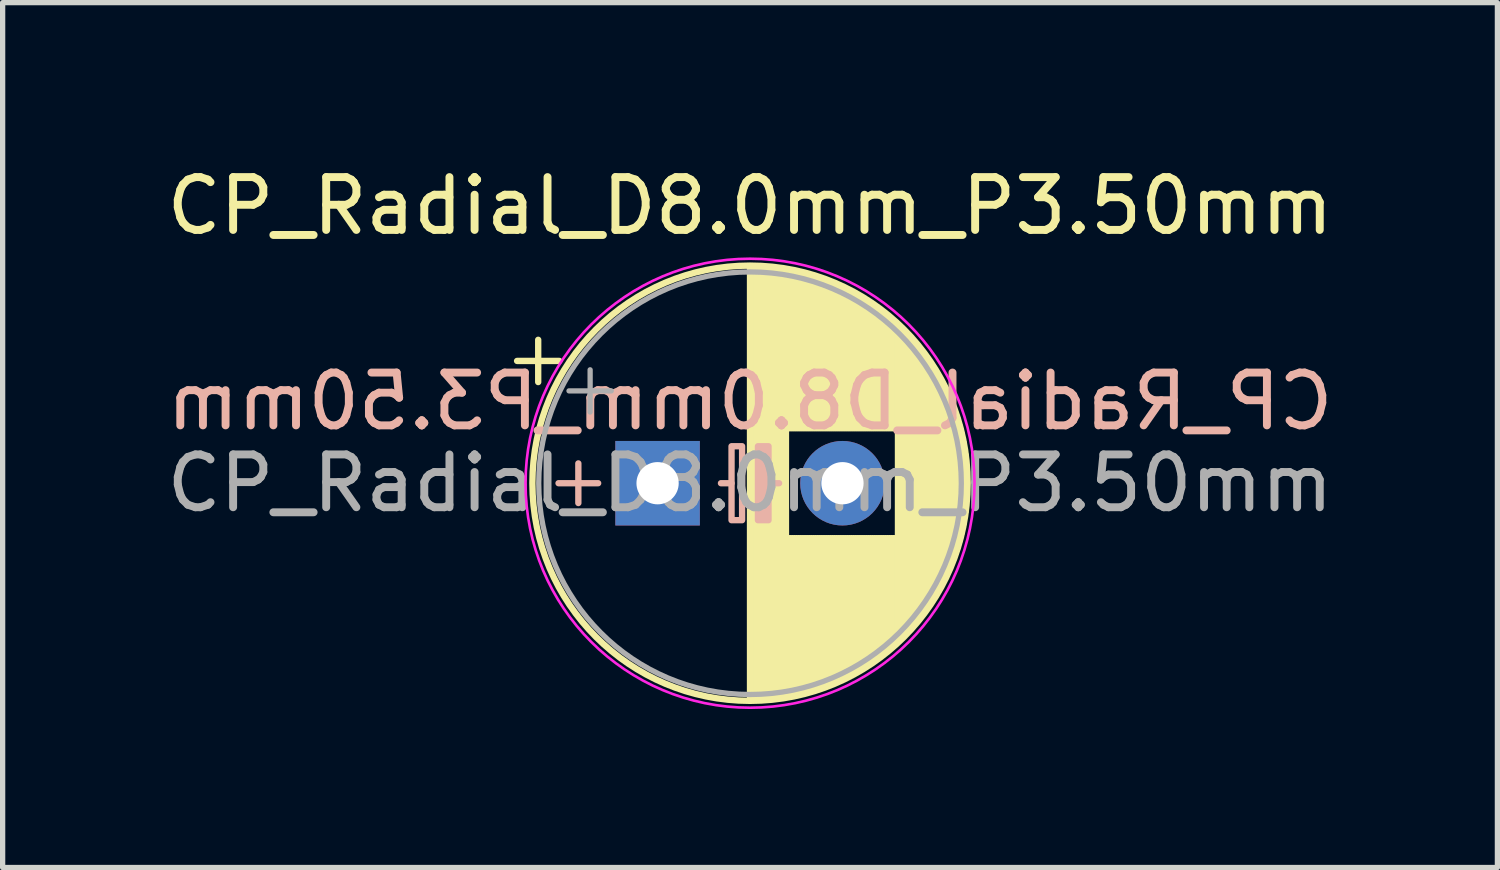
<source format=kicad_pcb>
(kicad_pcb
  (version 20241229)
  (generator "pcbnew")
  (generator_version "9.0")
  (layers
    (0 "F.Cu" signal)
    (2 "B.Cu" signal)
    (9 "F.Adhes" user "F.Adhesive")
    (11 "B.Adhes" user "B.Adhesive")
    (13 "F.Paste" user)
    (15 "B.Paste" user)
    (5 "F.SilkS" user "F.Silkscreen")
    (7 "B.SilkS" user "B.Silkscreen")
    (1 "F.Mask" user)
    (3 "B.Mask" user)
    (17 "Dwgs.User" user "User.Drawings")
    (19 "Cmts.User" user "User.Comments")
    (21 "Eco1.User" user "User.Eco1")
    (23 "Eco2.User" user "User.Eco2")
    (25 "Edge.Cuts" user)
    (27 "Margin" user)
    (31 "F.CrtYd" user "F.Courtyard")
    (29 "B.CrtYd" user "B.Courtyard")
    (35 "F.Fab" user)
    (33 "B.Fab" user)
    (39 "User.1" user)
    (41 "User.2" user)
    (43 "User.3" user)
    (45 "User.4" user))
  (footprint "CP_Radial_D8.0mm_P3.50mm"
    (layer "F.Cu")
    (at 9.399 6.098)
    (property "Reference" "CP_Radial_D8.0mm_P3.50mm" (at 1.75 -5.25 0) (layer "F.SilkS") (effects (font (size 1 1) (thickness 0.15))))
    (fp_line (start -2.66 -2.315) (end -1.86 -2.315) (stroke (width 0.12) (type solid)) (layer "F.SilkS"))
    (fp_line (start -2.26 -2.715) (end -2.26 -1.915) (stroke (width 0.12) (type solid)) (layer "F.SilkS"))
    (fp_line (start 1.75 -4.08) (end 1.75 4.08) (stroke (width 0.12) (type solid)) (layer "F.SilkS"))
    (fp_line (start 1.79 -4.08) (end 1.79 4.08) (stroke (width 0.12) (type solid)) (layer "F.SilkS"))
    (fp_line (start 1.83 -4.08) (end 1.83 4.08) (stroke (width 0.12) (type solid)) (layer "F.SilkS"))
    (fp_line (start 1.87 -4.079) (end 1.87 4.079) (stroke (width 0.12) (type solid)) (layer "F.SilkS"))
    (fp_line (start 1.91 -4.077) (end 1.91 4.077) (stroke (width 0.12) (type solid)) (layer "F.SilkS"))
    (fp_line (start 1.95 -4.076) (end 1.95 4.076) (stroke (width 0.12) (type solid)) (layer "F.SilkS"))
    (fp_line (start 1.99 -4.074) (end 1.99 4.074) (stroke (width 0.12) (type solid)) (layer "F.SilkS"))
    (fp_line (start 2.03 -4.071) (end 2.03 4.071) (stroke (width 0.12) (type solid)) (layer "F.SilkS"))
    (fp_line (start 2.07 -4.068) (end 2.07 4.068) (stroke (width 0.12) (type solid)) (layer "F.SilkS"))
    (fp_line (start 2.11 -4.065) (end 2.11 4.065) (stroke (width 0.12) (type solid)) (layer "F.SilkS"))
    (fp_line (start 2.15 -4.061) (end 2.15 4.061) (stroke (width 0.12) (type solid)) (layer "F.SilkS"))
    (fp_line (start 2.19 -4.057) (end 2.19 4.057) (stroke (width 0.12) (type solid)) (layer "F.SilkS"))
    (fp_line (start 2.23 -4.052) (end 2.23 4.052) (stroke (width 0.12) (type solid)) (layer "F.SilkS"))
    (fp_line (start 2.27 -4.048) (end 2.27 4.048) (stroke (width 0.12) (type solid)) (layer "F.SilkS"))
    (fp_line (start 2.31 -4.042) (end 2.31 4.042) (stroke (width 0.12) (type solid)) (layer "F.SilkS"))
    (fp_line (start 2.35 -4.037) (end 2.35 4.037) (stroke (width 0.12) (type solid)) (layer "F.SilkS"))
    (fp_line (start 2.39 -4.03) (end 2.39 4.03) (stroke (width 0.12) (type solid)) (layer "F.SilkS"))
    (fp_line (start 2.43 -4.024) (end 2.43 4.024) (stroke (width 0.12) (type solid)) (layer "F.SilkS"))
    (fp_line (start 2.471 -4.017) (end 2.471 -1.04) (stroke (width 0.12) (type solid)) (layer "F.SilkS"))
    (fp_line (start 2.471 1.04) (end 2.471 4.017) (stroke (width 0.12) (type solid)) (layer "F.SilkS"))
    (fp_line (start 2.511 -4.01) (end 2.511 -1.04) (stroke (width 0.12) (type solid)) (layer "F.SilkS"))
    (fp_line (start 2.511 1.04) (end 2.511 4.01) (stroke (width 0.12) (type solid)) (layer "F.SilkS"))
    (fp_line (start 2.551 -4.002) (end 2.551 -1.04) (stroke (width 0.12) (type solid)) (layer "F.SilkS"))
    (fp_line (start 2.551 1.04) (end 2.551 4.002) (stroke (width 0.12) (type solid)) (layer "F.SilkS"))
    (fp_line (start 2.591 -3.994) (end 2.591 -1.04) (stroke (width 0.12) (type solid)) (layer "F.SilkS"))
    (fp_line (start 2.591 1.04) (end 2.591 3.994) (stroke (width 0.12) (type solid)) (layer "F.SilkS"))
    (fp_line (start 2.631 -3.985) (end 2.631 -1.04) (stroke (width 0.12) (type solid)) (layer "F.SilkS"))
    (fp_line (start 2.631 1.04) (end 2.631 3.985) (stroke (width 0.12) (type solid)) (layer "F.SilkS"))
    (fp_line (start 2.671 -3.976) (end 2.671 -1.04) (stroke (width 0.12) (type solid)) (layer "F.SilkS"))
    (fp_line (start 2.671 1.04) (end 2.671 3.976) (stroke (width 0.12) (type solid)) (layer "F.SilkS"))
    (fp_line (start 2.711 -3.967) (end 2.711 -1.04) (stroke (width 0.12) (type solid)) (layer "F.SilkS"))
    (fp_line (start 2.711 1.04) (end 2.711 3.967) (stroke (width 0.12) (type solid)) (layer "F.SilkS"))
    (fp_line (start 2.751 -3.957) (end 2.751 -1.04) (stroke (width 0.12) (type solid)) (layer "F.SilkS"))
    (fp_line (start 2.751 1.04) (end 2.751 3.957) (stroke (width 0.12) (type solid)) (layer "F.SilkS"))
    (fp_line (start 2.791 -3.947) (end 2.791 -1.04) (stroke (width 0.12) (type solid)) (layer "F.SilkS"))
    (fp_line (start 2.791 1.04) (end 2.791 3.947) (stroke (width 0.12) (type solid)) (layer "F.SilkS"))
    (fp_line (start 2.831 -3.936) (end 2.831 -1.04) (stroke (width 0.12) (type solid)) (layer "F.SilkS"))
    (fp_line (start 2.831 1.04) (end 2.831 3.936) (stroke (width 0.12) (type solid)) (layer "F.SilkS"))
    (fp_line (start 2.871 -3.925) (end 2.871 -1.04) (stroke (width 0.12) (type solid)) (layer "F.SilkS"))
    (fp_line (start 2.871 1.04) (end 2.871 3.925) (stroke (width 0.12) (type solid)) (layer "F.SilkS"))
    (fp_line (start 2.911 -3.914) (end 2.911 -1.04) (stroke (width 0.12) (type solid)) (layer "F.SilkS"))
    (fp_line (start 2.911 1.04) (end 2.911 3.914) (stroke (width 0.12) (type solid)) (layer "F.SilkS"))
    (fp_line (start 2.951 -3.902) (end 2.951 -1.04) (stroke (width 0.12) (type solid)) (layer "F.SilkS"))
    (fp_line (start 2.951 1.04) (end 2.951 3.902) (stroke (width 0.12) (type solid)) (layer "F.SilkS"))
    (fp_line (start 2.991 -3.889) (end 2.991 -1.04) (stroke (width 0.12) (type solid)) (layer "F.SilkS"))
    (fp_line (start 2.991 1.04) (end 2.991 3.889) (stroke (width 0.12) (type solid)) (layer "F.SilkS"))
    (fp_line (start 3.031 -3.877) (end 3.031 -1.04) (stroke (width 0.12) (type solid)) (layer "F.SilkS"))
    (fp_line (start 3.031 1.04) (end 3.031 3.877) (stroke (width 0.12) (type solid)) (layer "F.SilkS"))
    (fp_line (start 3.071 -3.863) (end 3.071 -1.04) (stroke (width 0.12) (type solid)) (layer "F.SilkS"))
    (fp_line (start 3.071 1.04) (end 3.071 3.863) (stroke (width 0.12) (type solid)) (layer "F.SilkS"))
    (fp_line (start 3.111 -3.85) (end 3.111 -1.04) (stroke (width 0.12) (type solid)) (layer "F.SilkS"))
    (fp_line (start 3.111 1.04) (end 3.111 3.85) (stroke (width 0.12) (type solid)) (layer "F.SilkS"))
    (fp_line (start 3.151 -3.835) (end 3.151 -1.04) (stroke (width 0.12) (type solid)) (layer "F.SilkS"))
    (fp_line (start 3.151 1.04) (end 3.151 3.835) (stroke (width 0.12) (type solid)) (layer "F.SilkS"))
    (fp_line (start 3.191 -3.821) (end 3.191 -1.04) (stroke (width 0.12) (type solid)) (layer "F.SilkS"))
    (fp_line (start 3.191 1.04) (end 3.191 3.821) (stroke (width 0.12) (type solid)) (layer "F.SilkS"))
    (fp_line (start 3.231 -3.805) (end 3.231 -1.04) (stroke (width 0.12) (type solid)) (layer "F.SilkS"))
    (fp_line (start 3.231 1.04) (end 3.231 3.805) (stroke (width 0.12) (type solid)) (layer "F.SilkS"))
    (fp_line (start 3.271 -3.79) (end 3.271 -1.04) (stroke (width 0.12) (type solid)) (layer "F.SilkS"))
    (fp_line (start 3.271 1.04) (end 3.271 3.79) (stroke (width 0.12) (type solid)) (layer "F.SilkS"))
    (fp_line (start 3.311 -3.774) (end 3.311 -1.04) (stroke (width 0.12) (type solid)) (layer "F.SilkS"))
    (fp_line (start 3.311 1.04) (end 3.311 3.774) (stroke (width 0.12) (type solid)) (layer "F.SilkS"))
    (fp_line (start 3.351 -3.757) (end 3.351 -1.04) (stroke (width 0.12) (type solid)) (layer "F.SilkS"))
    (fp_line (start 3.351 1.04) (end 3.351 3.757) (stroke (width 0.12) (type solid)) (layer "F.SilkS"))
    (fp_line (start 3.391 -3.74) (end 3.391 -1.04) (stroke (width 0.12) (type solid)) (layer "F.SilkS"))
    (fp_line (start 3.391 1.04) (end 3.391 3.74) (stroke (width 0.12) (type solid)) (layer "F.SilkS"))
    (fp_line (start 3.431 -3.722) (end 3.431 -1.04) (stroke (width 0.12) (type solid)) (layer "F.SilkS"))
    (fp_line (start 3.431 1.04) (end 3.431 3.722) (stroke (width 0.12) (type solid)) (layer "F.SilkS"))
    (fp_line (start 3.471 -3.704) (end 3.471 -1.04) (stroke (width 0.12) (type solid)) (layer "F.SilkS"))
    (fp_line (start 3.471 1.04) (end 3.471 3.704) (stroke (width 0.12) (type solid)) (layer "F.SilkS"))
    (fp_line (start 3.511 -3.686) (end 3.511 -1.04) (stroke (width 0.12) (type solid)) (layer "F.SilkS"))
    (fp_line (start 3.511 1.04) (end 3.511 3.686) (stroke (width 0.12) (type solid)) (layer "F.SilkS"))
    (fp_line (start 3.551 -3.666) (end 3.551 -1.04) (stroke (width 0.12) (type solid)) (layer "F.SilkS"))
    (fp_line (start 3.551 1.04) (end 3.551 3.666) (stroke (width 0.12) (type solid)) (layer "F.SilkS"))
    (fp_line (start 3.591 -3.647) (end 3.591 -1.04) (stroke (width 0.12) (type solid)) (layer "F.SilkS"))
    (fp_line (start 3.591 1.04) (end 3.591 3.647) (stroke (width 0.12) (type solid)) (layer "F.SilkS"))
    (fp_line (start 3.631 -3.627) (end 3.631 -1.04) (stroke (width 0.12) (type solid)) (layer "F.SilkS"))
    (fp_line (start 3.631 1.04) (end 3.631 3.627) (stroke (width 0.12) (type solid)) (layer "F.SilkS"))
    (fp_line (start 3.671 -3.606) (end 3.671 -1.04) (stroke (width 0.12) (type solid)) (layer "F.SilkS"))
    (fp_line (start 3.671 1.04) (end 3.671 3.606) (stroke (width 0.12) (type solid)) (layer "F.SilkS"))
    (fp_line (start 3.711 -3.584) (end 3.711 -1.04) (stroke (width 0.12) (type solid)) (layer "F.SilkS"))
    (fp_line (start 3.711 1.04) (end 3.711 3.584) (stroke (width 0.12) (type solid)) (layer "F.SilkS"))
    (fp_line (start 3.751 -3.562) (end 3.751 -1.04) (stroke (width 0.12) (type solid)) (layer "F.SilkS"))
    (fp_line (start 3.751 1.04) (end 3.751 3.562) (stroke (width 0.12) (type solid)) (layer "F.SilkS"))
    (fp_line (start 3.791 -3.54) (end 3.791 -1.04) (stroke (width 0.12) (type solid)) (layer "F.SilkS"))
    (fp_line (start 3.791 1.04) (end 3.791 3.54) (stroke (width 0.12) (type solid)) (layer "F.SilkS"))
    (fp_line (start 3.831 -3.517) (end 3.831 -1.04) (stroke (width 0.12) (type solid)) (layer "F.SilkS"))
    (fp_line (start 3.831 1.04) (end 3.831 3.517) (stroke (width 0.12) (type solid)) (layer "F.SilkS"))
    (fp_line (start 3.871 -3.493) (end 3.871 -1.04) (stroke (width 0.12) (type solid)) (layer "F.SilkS"))
    (fp_line (start 3.871 1.04) (end 3.871 3.493) (stroke (width 0.12) (type solid)) (layer "F.SilkS"))
    (fp_line (start 3.911 -3.469) (end 3.911 -1.04) (stroke (width 0.12) (type solid)) (layer "F.SilkS"))
    (fp_line (start 3.911 1.04) (end 3.911 3.469) (stroke (width 0.12) (type solid)) (layer "F.SilkS"))
    (fp_line (start 3.951 -3.444) (end 3.951 -1.04) (stroke (width 0.12) (type solid)) (layer "F.SilkS"))
    (fp_line (start 3.951 1.04) (end 3.951 3.444) (stroke (width 0.12) (type solid)) (layer "F.SilkS"))
    (fp_line (start 3.991 -3.418) (end 3.991 -1.04) (stroke (width 0.12) (type solid)) (layer "F.SilkS"))
    (fp_line (start 3.991 1.04) (end 3.991 3.418) (stroke (width 0.12) (type solid)) (layer "F.SilkS"))
    (fp_line (start 4.031 -3.392) (end 4.031 -1.04) (stroke (width 0.12) (type solid)) (layer "F.SilkS"))
    (fp_line (start 4.031 1.04) (end 4.031 3.392) (stroke (width 0.12) (type solid)) (layer "F.SilkS"))
    (fp_line (start 4.071 -3.365) (end 4.071 -1.04) (stroke (width 0.12) (type solid)) (layer "F.SilkS"))
    (fp_line (start 4.071 1.04) (end 4.071 3.365) (stroke (width 0.12) (type solid)) (layer "F.SilkS"))
    (fp_line (start 4.111 -3.338) (end 4.111 -1.04) (stroke (width 0.12) (type solid)) (layer "F.SilkS"))
    (fp_line (start 4.111 1.04) (end 4.111 3.338) (stroke (width 0.12) (type solid)) (layer "F.SilkS"))
    (fp_line (start 4.151 -3.309) (end 4.151 -1.04) (stroke (width 0.12) (type solid)) (layer "F.SilkS"))
    (fp_line (start 4.151 1.04) (end 4.151 3.309) (stroke (width 0.12) (type solid)) (layer "F.SilkS"))
    (fp_line (start 4.191 -3.28) (end 4.191 -1.04) (stroke (width 0.12) (type solid)) (layer "F.SilkS"))
    (fp_line (start 4.191 1.04) (end 4.191 3.28) (stroke (width 0.12) (type solid)) (layer "F.SilkS"))
    (fp_line (start 4.231 -3.25) (end 4.231 -1.04) (stroke (width 0.12) (type solid)) (layer "F.SilkS"))
    (fp_line (start 4.231 1.04) (end 4.231 3.25) (stroke (width 0.12) (type solid)) (layer "F.SilkS"))
    (fp_line (start 4.271 -3.22) (end 4.271 -1.04) (stroke (width 0.12) (type solid)) (layer "F.SilkS"))
    (fp_line (start 4.271 1.04) (end 4.271 3.22) (stroke (width 0.12) (type solid)) (layer "F.SilkS"))
    (fp_line (start 4.311 -3.189) (end 4.311 -1.04) (stroke (width 0.12) (type solid)) (layer "F.SilkS"))
    (fp_line (start 4.311 1.04) (end 4.311 3.189) (stroke (width 0.12) (type solid)) (layer "F.SilkS"))
    (fp_line (start 4.351 -3.156) (end 4.351 -1.04) (stroke (width 0.12) (type solid)) (layer "F.SilkS"))
    (fp_line (start 4.351 1.04) (end 4.351 3.156) (stroke (width 0.12) (type solid)) (layer "F.SilkS"))
    (fp_line (start 4.391 -3.124) (end 4.391 -1.04) (stroke (width 0.12) (type solid)) (layer "F.SilkS"))
    (fp_line (start 4.391 1.04) (end 4.391 3.124) (stroke (width 0.12) (type solid)) (layer "F.SilkS"))
    (fp_line (start 4.431 -3.09) (end 4.431 -1.04) (stroke (width 0.12) (type solid)) (layer "F.SilkS"))
    (fp_line (start 4.431 1.04) (end 4.431 3.09) (stroke (width 0.12) (type solid)) (layer "F.SilkS"))
    (fp_line (start 4.471 -3.055) (end 4.471 -1.04) (stroke (width 0.12) (type solid)) (layer "F.SilkS"))
    (fp_line (start 4.471 1.04) (end 4.471 3.055) (stroke (width 0.12) (type solid)) (layer "F.SilkS"))
    (fp_line (start 4.511 -3.019) (end 4.511 -1.04) (stroke (width 0.12) (type solid)) (layer "F.SilkS"))
    (fp_line (start 4.511 1.04) (end 4.511 3.019) (stroke (width 0.12) (type solid)) (layer "F.SilkS"))
    (fp_line (start 4.551 -2.983) (end 4.551 2.983) (stroke (width 0.12) (type solid)) (layer "F.SilkS"))
    (fp_line (start 4.591 -2.945) (end 4.591 2.945) (stroke (width 0.12) (type solid)) (layer "F.SilkS"))
    (fp_line (start 4.631 -2.907) (end 4.631 2.907) (stroke (width 0.12) (type solid)) (layer "F.SilkS"))
    (fp_line (start 4.671 -2.867) (end 4.671 2.867) (stroke (width 0.12) (type solid)) (layer "F.SilkS"))
    (fp_line (start 4.711 -2.826) (end 4.711 2.826) (stroke (width 0.12) (type solid)) (layer "F.SilkS"))
    (fp_line (start 4.751 -2.784) (end 4.751 2.784) (stroke (width 0.12) (type solid)) (layer "F.SilkS"))
    (fp_line (start 4.791 -2.741) (end 4.791 2.741) (stroke (width 0.12) (type solid)) (layer "F.SilkS"))
    (fp_line (start 4.831 -2.697) (end 4.831 2.697) (stroke (width 0.12) (type solid)) (layer "F.SilkS"))
    (fp_line (start 4.871 -2.651) (end 4.871 2.651) (stroke (width 0.12) (type solid)) (layer "F.SilkS"))
    (fp_line (start 4.911 -2.604) (end 4.911 2.604) (stroke (width 0.12) (type solid)) (layer "F.SilkS"))
    (fp_line (start 4.951 -2.556) (end 4.951 2.556) (stroke (width 0.12) (type solid)) (layer "F.SilkS"))
    (fp_line (start 4.991 -2.505) (end 4.991 2.505) (stroke (width 0.12) (type solid)) (layer "F.SilkS"))
    (fp_line (start 5.031 -2.454) (end 5.031 2.454) (stroke (width 0.12) (type solid)) (layer "F.SilkS"))
    (fp_line (start 5.071 -2.4) (end 5.071 2.4) (stroke (width 0.12) (type solid)) (layer "F.SilkS"))
    (fp_line (start 5.111 -2.345) (end 5.111 2.345) (stroke (width 0.12) (type solid)) (layer "F.SilkS"))
    (fp_line (start 5.151 -2.287) (end 5.151 2.287) (stroke (width 0.12) (type solid)) (layer "F.SilkS"))
    (fp_line (start 5.191 -2.228) (end 5.191 2.228) (stroke (width 0.12) (type solid)) (layer "F.SilkS"))
    (fp_line (start 5.231 -2.166) (end 5.231 2.166) (stroke (width 0.12) (type solid)) (layer "F.SilkS"))
    (fp_line (start 5.271 -2.102) (end 5.271 2.102) (stroke (width 0.12) (type solid)) (layer "F.SilkS"))
    (fp_line (start 5.311 -2.034) (end 5.311 2.034) (stroke (width 0.12) (type solid)) (layer "F.SilkS"))
    (fp_line (start 5.351 -1.964) (end 5.351 1.964) (stroke (width 0.12) (type solid)) (layer "F.SilkS"))
    (fp_line (start 5.391 -1.89) (end 5.391 1.89) (stroke (width 0.12) (type solid)) (layer "F.SilkS"))
    (fp_line (start 5.431 -1.813) (end 5.431 1.813) (stroke (width 0.12) (type solid)) (layer "F.SilkS"))
    (fp_line (start 5.471 -1.731) (end 5.471 1.731) (stroke (width 0.12) (type solid)) (layer "F.SilkS"))
    (fp_line (start 5.511 -1.645) (end 5.511 1.645) (stroke (width 0.12) (type solid)) (layer "F.SilkS"))
    (fp_line (start 5.551 -1.552) (end 5.551 1.552) (stroke (width 0.12) (type solid)) (layer "F.SilkS"))
    (fp_line (start 5.591 -1.453) (end 5.591 1.453) (stroke (width 0.12) (type solid)) (layer "F.SilkS"))
    (fp_line (start 5.631 -1.346) (end 5.631 1.346) (stroke (width 0.12) (type solid)) (layer "F.SilkS"))
    (fp_line (start 5.671 -1.229) (end 5.671 1.229) (stroke (width 0.12) (type solid)) (layer "F.SilkS"))
    (fp_line (start 5.711 -1.098) (end 5.711 1.098) (stroke (width 0.12) (type solid)) (layer "F.SilkS"))
    (fp_line (start 5.751 -0.948) (end 5.751 0.948) (stroke (width 0.12) (type solid)) (layer "F.SilkS"))
    (fp_line (start 5.791 -0.768) (end 5.791 0.768) (stroke (width 0.12) (type solid)) (layer "F.SilkS"))
    (fp_line (start 5.831 -0.533) (end 5.831 0.533) (stroke (width 0.12) (type solid)) (layer "F.SilkS"))
    (fp_circle (center 1.75 0) (end 5.87 0) (stroke (width 0.12) (type solid)) (fill no) (layer "F.SilkS"))
    (fp_line (start -1.5 -0.375) (end -1.5 0.375) (stroke (width 0.12) (type solid)) (layer "B.SilkS"))
    (fp_line (start -1.125 0) (end -1.875 0) (stroke (width 0.12) (type solid)) (layer "B.SilkS"))
    (fp_line (start 1.4 0) (end 1.2 0) (stroke (width 0.12) (type solid)) (layer "B.SilkS"))
    (fp_line (start 2.1 0) (end 2.3 0) (stroke (width 0.12) (type solid)) (layer "B.SilkS"))
    (fp_rect (start 1.6 -0.7) (end 1.4 0.7) (stroke (width 0.12) (type solid)) (fill no) (layer "B.SilkS"))
    (fp_rect (start 2.1 -0.7) (end 1.9 0.7) (stroke (width 0.12) (type solid)) (fill yes) (layer "B.SilkS"))
    (fp_circle (center 1.75 0) (end 6 0) (stroke (width 0.05) (type solid)) (fill no) (layer "F.CrtYd"))
    (fp_line (start -1.677 -1.748) (end -0.877 -1.748) (stroke (width 0.1) (type solid)) (layer "F.Fab"))
    (fp_line (start -1.277 -2.147) (end -1.277 -1.347) (stroke (width 0.1) (type solid)) (layer "F.Fab"))
    (fp_circle (center 1.75 0) (end 5.75 0) (stroke (width 0.1) (type solid)) (fill no) (layer "F.Fab"))
    (fp_text user "${REFERENCE}" (at 1.75 -1.55 0) (layer "B.SilkS") (effects (font (size 1 1) (thickness 0.15)) (justify mirror)))
    (fp_text user "${REFERENCE}" (at 1.75 0 0) (layer "F.Fab") (effects (font (size 1 1) (thickness 0.15))))
    (pad "1" thru_hole rect (at 0 0) (size 1.6 1.6) (drill 0.8) (layers "*.Cu" "*.Mask"))
    (pad "2" thru_hole circle (at 3.5 0) (size 1.6 1.6) (drill 0.8) (layers "*.Cu" "*.Mask")))
  (gr_rect
    (start -3 -3)
    (end 25.298 13.373)
    (stroke (width 0.1) (type default))
    (fill no)
    (layer "Edge.Cuts")))
</source>
